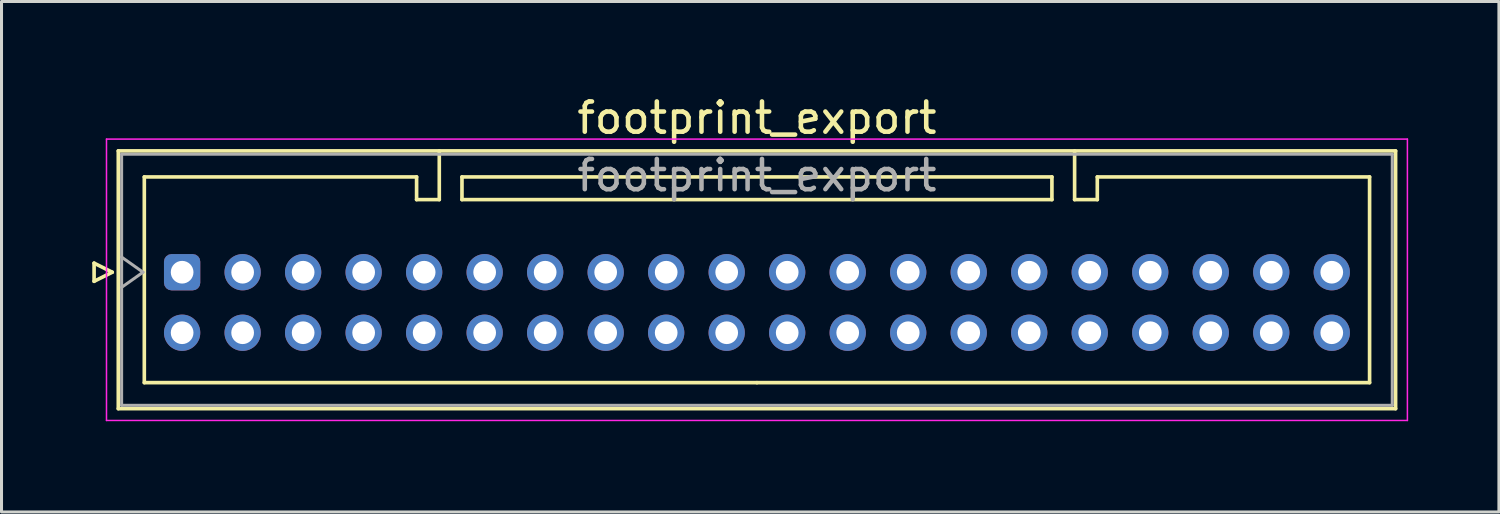
<source format=kicad_pcb>
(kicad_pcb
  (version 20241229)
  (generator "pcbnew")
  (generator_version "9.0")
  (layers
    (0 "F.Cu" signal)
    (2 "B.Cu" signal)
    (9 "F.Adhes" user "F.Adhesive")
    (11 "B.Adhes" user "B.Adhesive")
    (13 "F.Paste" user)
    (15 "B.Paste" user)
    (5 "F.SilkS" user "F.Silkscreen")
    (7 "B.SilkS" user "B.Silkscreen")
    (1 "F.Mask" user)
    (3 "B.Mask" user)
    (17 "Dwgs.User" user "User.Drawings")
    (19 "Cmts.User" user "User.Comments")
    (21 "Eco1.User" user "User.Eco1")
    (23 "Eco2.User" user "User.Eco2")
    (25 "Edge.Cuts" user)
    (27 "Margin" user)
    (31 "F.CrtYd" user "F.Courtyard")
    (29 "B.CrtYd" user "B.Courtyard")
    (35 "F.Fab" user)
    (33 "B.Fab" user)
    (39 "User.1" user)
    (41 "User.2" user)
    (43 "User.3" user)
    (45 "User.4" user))
  (footprint "footprint_export"
    (layer "F.Cu")
    (at 2.97 5.948)
    (property "Reference" "footprint_export" (at 19 -5.1 0) (layer "F.SilkS") (effects (font (size 1 1) (thickness 0.15))))
    (attr through_hole)
    (fp_line (start -2.91 -0.3) (end -2.31 0) (stroke (width 0.12) (type solid)) (layer "F.SilkS"))
    (fp_line (start -2.91 0.3) (end -2.91 -0.3) (stroke (width 0.12) (type solid)) (layer "F.SilkS"))
    (fp_line (start -2.31 0) (end -2.91 0.3) (stroke (width 0.12) (type solid)) (layer "F.SilkS"))
    (fp_line (start -2.11 -4.01) (end -2.11 4.51) (stroke (width 0.12) (type solid)) (layer "F.SilkS"))
    (fp_line (start -2.11 4.51) (end 40.11 4.51) (stroke (width 0.12) (type solid)) (layer "F.SilkS"))
    (fp_line (start -1.25 -3.15) (end -1.25 3.65) (stroke (width 0.12) (type solid)) (layer "F.SilkS"))
    (fp_line (start -1.25 3.65) (end 19 3.65) (stroke (width 0.12) (type solid)) (layer "F.SilkS"))
    (fp_line (start 7.75 -3.15) (end -1.25 -3.15) (stroke (width 0.12) (type solid)) (layer "F.SilkS"))
    (fp_line (start 7.75 -2.4) (end 7.75 -3.15) (stroke (width 0.12) (type solid)) (layer "F.SilkS"))
    (fp_line (start 8.5 -4.01) (end 8.5 -2.4) (stroke (width 0.12) (type solid)) (layer "F.SilkS"))
    (fp_line (start 8.5 -2.4) (end 7.75 -2.4) (stroke (width 0.12) (type solid)) (layer "F.SilkS"))
    (fp_line (start 9.25 -3.15) (end 9.25 -2.4) (stroke (width 0.12) (type solid)) (layer "F.SilkS"))
    (fp_line (start 9.25 -2.4) (end 28.75 -2.4) (stroke (width 0.12) (type solid)) (layer "F.SilkS"))
    (fp_line (start 28.75 -3.15) (end 9.25 -3.15) (stroke (width 0.12) (type solid)) (layer "F.SilkS"))
    (fp_line (start 28.75 -2.4) (end 28.75 -3.15) (stroke (width 0.12) (type solid)) (layer "F.SilkS"))
    (fp_line (start 29.5 -4.01) (end 29.5 -2.4) (stroke (width 0.12) (type solid)) (layer "F.SilkS"))
    (fp_line (start 29.5 -2.4) (end 30.25 -2.4) (stroke (width 0.12) (type solid)) (layer "F.SilkS"))
    (fp_line (start 30.25 -3.15) (end 39.25 -3.15) (stroke (width 0.12) (type solid)) (layer "F.SilkS"))
    (fp_line (start 30.25 -2.4) (end 30.25 -3.15) (stroke (width 0.12) (type solid)) (layer "F.SilkS"))
    (fp_line (start 39.25 -3.15) (end 39.25 3.65) (stroke (width 0.12) (type solid)) (layer "F.SilkS"))
    (fp_line (start 39.25 3.65) (end 19 3.65) (stroke (width 0.12) (type solid)) (layer "F.SilkS"))
    (fp_line (start 40.11 -4.01) (end -2.11 -4.01) (stroke (width 0.12) (type solid)) (layer "F.SilkS"))
    (fp_line (start 40.11 4.51) (end 40.11 -4.01) (stroke (width 0.12) (type solid)) (layer "F.SilkS"))
    (fp_line (start -2.5 -4.4) (end -2.5 4.9) (stroke (width 0.05) (type solid)) (layer "F.CrtYd"))
    (fp_line (start -2.5 4.9) (end 40.5 4.9) (stroke (width 0.05) (type solid)) (layer "F.CrtYd"))
    (fp_line (start 40.5 -4.4) (end -2.5 -4.4) (stroke (width 0.05) (type solid)) (layer "F.CrtYd"))
    (fp_line (start 40.5 4.9) (end 40.5 -4.4) (stroke (width 0.05) (type solid)) (layer "F.CrtYd"))
    (fp_line (start -2 -3.9) (end -2 4.4) (stroke (width 0.1) (type solid)) (layer "F.Fab"))
    (fp_line (start -2 0.5) (end -1.293 0) (stroke (width 0.1) (type solid)) (layer "F.Fab"))
    (fp_line (start -2 4.4) (end 40 4.4) (stroke (width 0.1) (type solid)) (layer "F.Fab"))
    (fp_line (start -1.293 0) (end -2 -0.5) (stroke (width 0.1) (type solid)) (layer "F.Fab"))
    (fp_line (start 40 -3.9) (end -2 -3.9) (stroke (width 0.1) (type solid)) (layer "F.Fab"))
    (fp_line (start 40 4.4) (end 40 -3.9) (stroke (width 0.1) (type solid)) (layer "F.Fab"))
    (fp_text user "${REFERENCE}" (at 19 -3.2 0) (layer "F.Fab") (effects (font (size 1 1) (thickness 0.15))))
    (pad "1" thru_hole roundrect (at 0 0) (size 1.2 1.2) (drill 0.75) (layers "*.Cu" "*.Mask") (roundrect_rratio 0.208))
    (pad "2" thru_hole circle (at 0 2) (size 1.2 1.2) (drill 0.75) (layers "*.Cu" "*.Mask"))
    (pad "3" thru_hole circle (at 2 0) (size 1.2 1.2) (drill 0.75) (layers "*.Cu" "*.Mask"))
    (pad "4" thru_hole circle (at 2 2) (size 1.2 1.2) (drill 0.75) (layers "*.Cu" "*.Mask"))
    (pad "5" thru_hole circle (at 4 0) (size 1.2 1.2) (drill 0.75) (layers "*.Cu" "*.Mask"))
    (pad "6" thru_hole circle (at 4 2) (size 1.2 1.2) (drill 0.75) (layers "*.Cu" "*.Mask"))
    (pad "7" thru_hole circle (at 6 0) (size 1.2 1.2) (drill 0.75) (layers "*.Cu" "*.Mask"))
    (pad "8" thru_hole circle (at 6 2) (size 1.2 1.2) (drill 0.75) (layers "*.Cu" "*.Mask"))
    (pad "9" thru_hole circle (at 8 0) (size 1.2 1.2) (drill 0.75) (layers "*.Cu" "*.Mask"))
    (pad "10" thru_hole circle (at 8 2) (size 1.2 1.2) (drill 0.75) (layers "*.Cu" "*.Mask"))
    (pad "11" thru_hole circle (at 10 0) (size 1.2 1.2) (drill 0.75) (layers "*.Cu" "*.Mask"))
    (pad "12" thru_hole circle (at 10 2) (size 1.2 1.2) (drill 0.75) (layers "*.Cu" "*.Mask"))
    (pad "13" thru_hole circle (at 12 0) (size 1.2 1.2) (drill 0.75) (layers "*.Cu" "*.Mask"))
    (pad "14" thru_hole circle (at 12 2) (size 1.2 1.2) (drill 0.75) (layers "*.Cu" "*.Mask"))
    (pad "15" thru_hole circle (at 14 0) (size 1.2 1.2) (drill 0.75) (layers "*.Cu" "*.Mask"))
    (pad "16" thru_hole circle (at 14 2) (size 1.2 1.2) (drill 0.75) (layers "*.Cu" "*.Mask"))
    (pad "17" thru_hole circle (at 16 0) (size 1.2 1.2) (drill 0.75) (layers "*.Cu" "*.Mask"))
    (pad "18" thru_hole circle (at 16 2) (size 1.2 1.2) (drill 0.75) (layers "*.Cu" "*.Mask"))
    (pad "19" thru_hole circle (at 18 0) (size 1.2 1.2) (drill 0.75) (layers "*.Cu" "*.Mask"))
    (pad "20" thru_hole circle (at 18 2) (size 1.2 1.2) (drill 0.75) (layers "*.Cu" "*.Mask"))
    (pad "21" thru_hole circle (at 20 0) (size 1.2 1.2) (drill 0.75) (layers "*.Cu" "*.Mask"))
    (pad "22" thru_hole circle (at 20 2) (size 1.2 1.2) (drill 0.75) (layers "*.Cu" "*.Mask"))
    (pad "23" thru_hole circle (at 22 0) (size 1.2 1.2) (drill 0.75) (layers "*.Cu" "*.Mask"))
    (pad "24" thru_hole circle (at 22 2) (size 1.2 1.2) (drill 0.75) (layers "*.Cu" "*.Mask"))
    (pad "25" thru_hole circle (at 24 0) (size 1.2 1.2) (drill 0.75) (layers "*.Cu" "*.Mask"))
    (pad "26" thru_hole circle (at 24 2) (size 1.2 1.2) (drill 0.75) (layers "*.Cu" "*.Mask"))
    (pad "27" thru_hole circle (at 26 0) (size 1.2 1.2) (drill 0.75) (layers "*.Cu" "*.Mask"))
    (pad "28" thru_hole circle (at 26 2) (size 1.2 1.2) (drill 0.75) (layers "*.Cu" "*.Mask"))
    (pad "29" thru_hole circle (at 28 0) (size 1.2 1.2) (drill 0.75) (layers "*.Cu" "*.Mask"))
    (pad "30" thru_hole circle (at 28 2) (size 1.2 1.2) (drill 0.75) (layers "*.Cu" "*.Mask"))
    (pad "31" thru_hole circle (at 30 0) (size 1.2 1.2) (drill 0.75) (layers "*.Cu" "*.Mask"))
    (pad "32" thru_hole circle (at 30 2) (size 1.2 1.2) (drill 0.75) (layers "*.Cu" "*.Mask"))
    (pad "33" thru_hole circle (at 32 0) (size 1.2 1.2) (drill 0.75) (layers "*.Cu" "*.Mask"))
    (pad "34" thru_hole circle (at 32 2) (size 1.2 1.2) (drill 0.75) (layers "*.Cu" "*.Mask"))
    (pad "35" thru_hole circle (at 34 0) (size 1.2 1.2) (drill 0.75) (layers "*.Cu" "*.Mask"))
    (pad "36" thru_hole circle (at 34 2) (size 1.2 1.2) (drill 0.75) (layers "*.Cu" "*.Mask"))
    (pad "37" thru_hole circle (at 36 0) (size 1.2 1.2) (drill 0.75) (layers "*.Cu" "*.Mask"))
    (pad "38" thru_hole circle (at 36 2) (size 1.2 1.2) (drill 0.75) (layers "*.Cu" "*.Mask"))
    (pad "39" thru_hole circle (at 38 0) (size 1.2 1.2) (drill 0.75) (layers "*.Cu" "*.Mask"))
    (pad "40" thru_hole circle (at 38 2) (size 1.2 1.2) (drill 0.75) (layers "*.Cu" "*.Mask")))
  (gr_rect
    (start -3 -3)
    (end 46.495 13.873)
    (stroke (width 0.1) (type default))
    (fill no)
    (layer "Edge.Cuts")))
</source>
